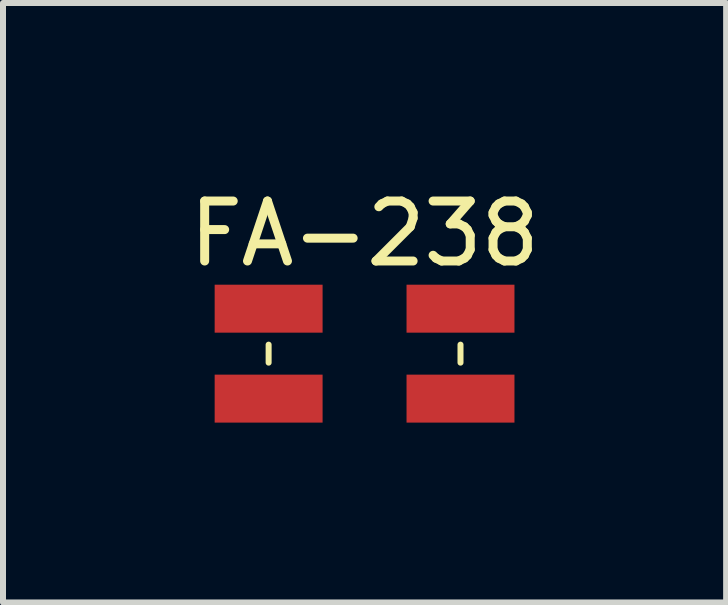
<source format=kicad_pcb>
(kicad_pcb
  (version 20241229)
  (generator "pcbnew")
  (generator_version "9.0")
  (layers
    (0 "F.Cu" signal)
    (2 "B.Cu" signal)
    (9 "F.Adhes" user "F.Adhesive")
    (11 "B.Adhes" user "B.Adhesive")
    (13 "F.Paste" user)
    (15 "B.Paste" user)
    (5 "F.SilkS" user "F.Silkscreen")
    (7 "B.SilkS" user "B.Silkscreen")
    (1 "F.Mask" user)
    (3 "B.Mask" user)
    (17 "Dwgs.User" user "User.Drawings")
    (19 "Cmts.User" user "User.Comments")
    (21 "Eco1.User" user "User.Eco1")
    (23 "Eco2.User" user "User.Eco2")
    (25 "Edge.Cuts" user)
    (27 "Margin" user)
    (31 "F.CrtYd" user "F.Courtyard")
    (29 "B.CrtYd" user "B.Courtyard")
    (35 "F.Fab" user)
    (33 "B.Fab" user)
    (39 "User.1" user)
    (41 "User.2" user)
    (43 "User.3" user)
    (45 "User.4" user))
  (footprint "FA-238"
    (layer "F.Cu")
    (at 3.03 2.848)
    (property "Reference" "FA-238" (at 0 -2 0) (layer "F.SilkS") (effects (font (size 1 1) (thickness 0.15))))
    (attr through_hole)
    (fp_line (start -1.6 -0.15) (end -1.6 0.15) (stroke (width 0.1) (type solid)) (layer "F.SilkS"))
    (fp_line (start 1.6 -0.15) (end 1.6 0.15) (stroke (width 0.1) (type solid)) (layer "F.SilkS"))
    (pad "1" smd rect (at -1.6 0.75) (size 1.8 0.8) (layers "F.Cu" "F.Mask" "F.Paste"))
    (pad "2" smd rect (at 1.6 0.75) (size 1.8 0.8) (layers "F.Cu" "F.Mask" "F.Paste"))
    (pad "3" smd rect (at 1.6 -0.75) (size 1.8 0.8) (layers "F.Cu" "F.Mask" "F.Paste"))
    (pad "4" smd rect (at -1.6 -0.75) (size 1.8 0.8) (layers "F.Cu" "F.Mask" "F.Paste")))
  (gr_rect
    (start -3 -3)
    (end 9.06 6.998)
    (stroke (width 0.1) (type default))
    (fill no)
    (layer "Edge.Cuts")))
</source>
